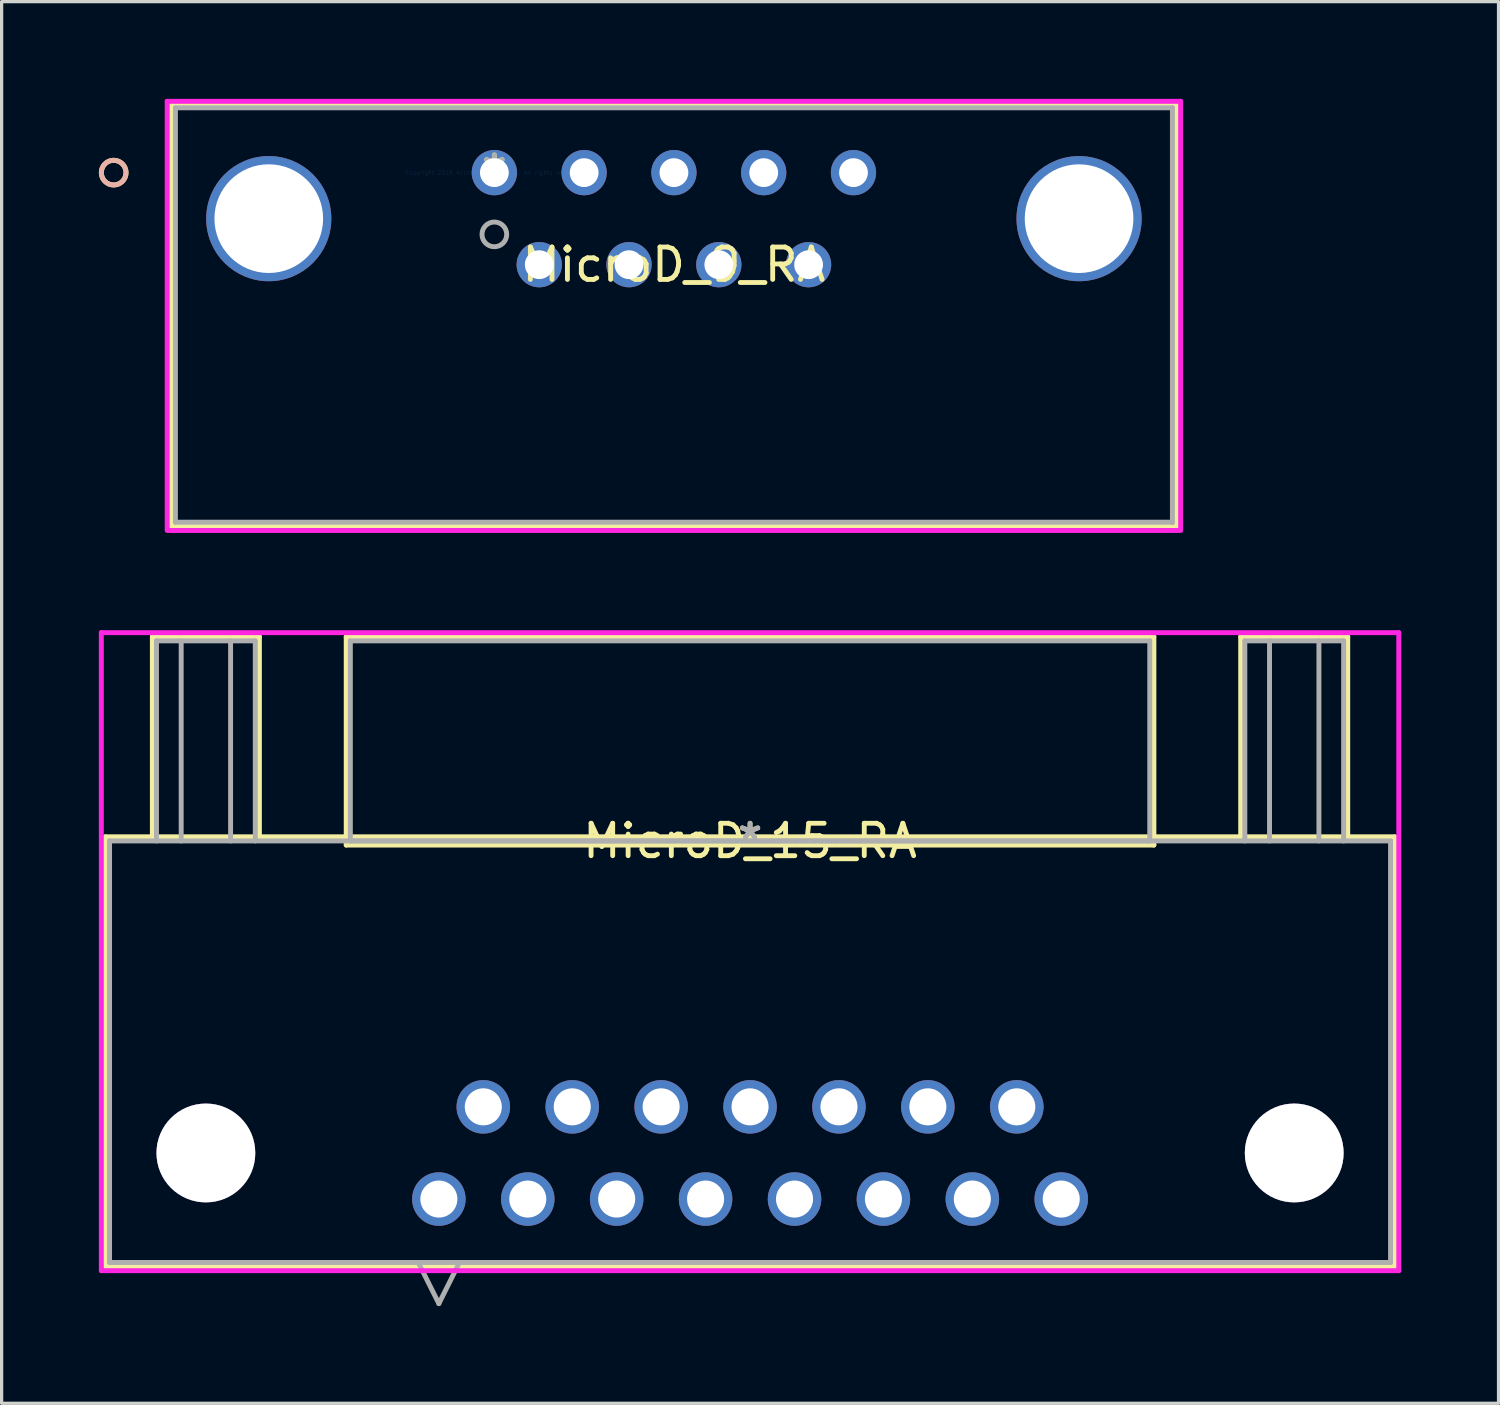
<source format=kicad_pcb>
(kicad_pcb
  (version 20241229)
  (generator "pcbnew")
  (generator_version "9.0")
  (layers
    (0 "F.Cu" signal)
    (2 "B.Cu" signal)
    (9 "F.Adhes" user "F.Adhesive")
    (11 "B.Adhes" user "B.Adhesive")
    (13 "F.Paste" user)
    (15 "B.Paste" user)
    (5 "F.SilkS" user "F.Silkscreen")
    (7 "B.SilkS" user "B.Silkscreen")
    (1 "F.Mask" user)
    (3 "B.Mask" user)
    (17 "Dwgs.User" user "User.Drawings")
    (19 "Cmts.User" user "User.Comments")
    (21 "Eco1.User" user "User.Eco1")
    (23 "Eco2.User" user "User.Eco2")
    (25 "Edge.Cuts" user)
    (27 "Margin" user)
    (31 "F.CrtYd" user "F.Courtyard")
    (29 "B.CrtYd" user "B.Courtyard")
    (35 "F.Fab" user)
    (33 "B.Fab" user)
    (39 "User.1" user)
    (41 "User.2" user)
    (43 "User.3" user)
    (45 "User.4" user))
  (footprint "MicroD_9_RA"
    (layer "F.Cu")
    (at 12.202 2.276)
    (property "Reference" "MicroD_9_RA" (at 5.54 2.84 0) (layer "F.SilkS") (effects (font (size 1 1) (thickness 0.15))))
    (attr through_hole)
    (fp_line (start -9.967 -2.127) (end -9.967 10.913) (stroke (width 0.152) (type solid)) (layer "F.SilkS"))
    (fp_line (start -9.967 10.913) (end 21.047 10.913) (stroke (width 0.152) (type solid)) (layer "F.SilkS"))
    (fp_line (start 21.047 -2.127) (end -9.967 -2.127) (stroke (width 0.152) (type solid)) (layer "F.SilkS"))
    (fp_line (start 21.047 10.913) (end 21.047 -2.127) (stroke (width 0.152) (type solid)) (layer "F.SilkS"))
    (fp_circle (center -11.745 0) (end -11.364 0) (stroke (width 0.152) (type solid)) (fill no) (layer "F.SilkS"))
    (fp_circle (center -11.745 0) (end -11.364 0) (stroke (width 0.152) (type solid)) (fill no) (layer "B.SilkS"))
    (fp_line (start -10.094 -2.2) (end -10.094 11) (stroke (width 0.152) (type solid)) (layer "F.CrtYd"))
    (fp_line (start -10.094 11.04) (end 21.174 11.04) (stroke (width 0.152) (type solid)) (layer "F.CrtYd"))
    (fp_line (start 21.174 -2.2) (end -10.094 -2.2) (stroke (width 0.152) (type solid)) (layer "F.CrtYd"))
    (fp_line (start 21.174 11) (end 21.174 -2.2) (stroke (width 0.152) (type solid)) (layer "F.CrtYd"))
    (fp_line (start -9.84 -2) (end -9.84 10.786) (stroke (width 0.152) (type solid)) (layer "F.Fab"))
    (fp_line (start -9.84 10.786) (end 20.92 10.786) (stroke (width 0.152) (type solid)) (layer "F.Fab"))
    (fp_line (start 20.92 -2) (end -9.84 -2) (stroke (width 0.152) (type solid)) (layer "F.Fab"))
    (fp_line (start 20.92 10.8) (end 20.92 -2) (stroke (width 0.152) (type solid)) (layer "F.Fab"))
    (fp_circle (center 0 1.905) (end 0.381 1.905) (stroke (width 0.152) (type solid)) (fill no) (layer "F.Fab"))
    (fp_text user "*" (at 0 0 0) (layer "F.SilkS") (effects (font (size 1 1) (thickness 0.15))))
    (fp_text user "Copyright 2016 Accelerated Designs. All rights reserved." (at 0 0 0) (layer "Cmts.User") (effects (font (size 0.127 0.127) (thickness 0.002))))
    (fp_text user "*" (at 0 0 0) (layer "F.Fab") (effects (font (size 1 1) (thickness 0.15))))
    (pad "1" thru_hole circle (at 0 0) (size 1.397 1.397) (drill 0.889) (layers "*.Cu" "*.Mask"))
    (pad "2" thru_hole circle (at 1.385 2.84) (size 1.397 1.397) (drill 0.889) (layers "*.Cu" "*.Mask"))
    (pad "3" thru_hole circle (at 2.77 0) (size 1.397 1.397) (drill 0.889) (layers "*.Cu" "*.Mask"))
    (pad "4" thru_hole circle (at 4.155 2.84) (size 1.397 1.397) (drill 0.889) (layers "*.Cu" "*.Mask"))
    (pad "5" thru_hole circle (at 5.54 0) (size 1.397 1.397) (drill 0.889) (layers "*.Cu" "*.Mask"))
    (pad "6" thru_hole circle (at 6.925 2.84) (size 1.397 1.397) (drill 0.889) (layers "*.Cu" "*.Mask"))
    (pad "7" thru_hole circle (at 8.31 0) (size 1.397 1.397) (drill 0.889) (layers "*.Cu" "*.Mask"))
    (pad "8" thru_hole circle (at 9.695 2.84) (size 1.397 1.397) (drill 0.889) (layers "*.Cu" "*.Mask"))
    (pad "9" thru_hole circle (at 11.08 0) (size 1.397 1.397) (drill 0.889) (layers "*.Cu" "*.Mask"))
    (pad "10" thru_hole circle (at -6.96 1.42 90) (size 3.861 3.861) (drill 3.353) (layers "*.Cu" "*.Mask"))
    (pad "11" thru_hole circle (at 18.04 1.42 90) (size 3.861 3.861) (drill 3.353) (layers "*.Cu" "*.Mask")))
  (footprint "MicroD_15_RA"
    (layer "F.Cu")
    (at 20.091 22.895)
    (property "Reference" "MicroD_15_RA" (at 0 0 0) (layer "F.SilkS") (effects (font (size 1 1) (thickness 0.15))))
    (attr through_hole)
    (fp_line (start -19.888 -0.127) (end -19.888 13.132) (stroke (width 0.152) (type solid)) (layer "F.SilkS"))
    (fp_line (start -19.888 13.132) (end 19.888 13.132) (stroke (width 0.152) (type solid)) (layer "F.SilkS"))
    (fp_line (start -18.44 -6.299) (end -15.138 -6.299) (stroke (width 0.152) (type solid)) (layer "F.SilkS"))
    (fp_line (start -18.44 -0.127) (end -18.44 -6.299) (stroke (width 0.152) (type solid)) (layer "F.SilkS"))
    (fp_line (start -15.138 -6.299) (end -15.138 -0.127) (stroke (width 0.152) (type solid)) (layer "F.SilkS"))
    (fp_line (start -12.459 -6.299) (end -12.459 0.127) (stroke (width 0.152) (type solid)) (layer "F.SilkS"))
    (fp_line (start -12.459 0.127) (end 12.459 0.127) (stroke (width 0.152) (type solid)) (layer "F.SilkS"))
    (fp_line (start 12.459 -6.299) (end -12.459 -6.299) (stroke (width 0.152) (type solid)) (layer "F.SilkS"))
    (fp_line (start 12.459 0.127) (end 12.459 -6.299) (stroke (width 0.152) (type solid)) (layer "F.SilkS"))
    (fp_line (start 15.138 -6.299) (end 18.44 -6.299) (stroke (width 0.152) (type solid)) (layer "F.SilkS"))
    (fp_line (start 15.138 -0.127) (end 15.138 -6.299) (stroke (width 0.152) (type solid)) (layer "F.SilkS"))
    (fp_line (start 18.44 -6.299) (end 18.44 -0.127) (stroke (width 0.152) (type solid)) (layer "F.SilkS"))
    (fp_line (start 19.888 -0.127) (end -19.888 -0.127) (stroke (width 0.152) (type solid)) (layer "F.SilkS"))
    (fp_line (start 19.888 13.132) (end 19.888 -0.127) (stroke (width 0.152) (type solid)) (layer "F.SilkS"))
    (fp_line (start -20.015 -6.426) (end -20.015 13.259) (stroke (width 0.152) (type solid)) (layer "F.CrtYd"))
    (fp_line (start -20.015 13.259) (end 20.015 13.259) (stroke (width 0.152) (type solid)) (layer "F.CrtYd"))
    (fp_line (start 20.015 -6.426) (end -20.015 -6.426) (stroke (width 0.152) (type solid)) (layer "F.CrtYd"))
    (fp_line (start 20.015 13.259) (end 20.015 -6.426) (stroke (width 0.152) (type solid)) (layer "F.CrtYd"))
    (fp_line (start -19.761 0) (end -19.761 13.005) (stroke (width 0.152) (type solid)) (layer "F.Fab"))
    (fp_line (start -19.761 13.005) (end 19.761 13.005) (stroke (width 0.152) (type solid)) (layer "F.Fab"))
    (fp_line (start -18.313 -6.172) (end -15.265 -6.172) (stroke (width 0.152) (type solid)) (layer "F.Fab"))
    (fp_line (start -18.313 0) (end -18.313 -6.172) (stroke (width 0.152) (type solid)) (layer "F.Fab"))
    (fp_line (start -17.551 0) (end -17.551 -6.172) (stroke (width 0.152) (type solid)) (layer "F.Fab"))
    (fp_line (start -16.027 -6.172) (end -16.027 0) (stroke (width 0.152) (type solid)) (layer "F.Fab"))
    (fp_line (start -15.265 -6.172) (end -15.265 0) (stroke (width 0.152) (type solid)) (layer "F.Fab"))
    (fp_line (start -12.332 -6.172) (end -12.332 0) (stroke (width 0.152) (type solid)) (layer "F.Fab"))
    (fp_line (start -12.332 0) (end 12.332 0) (stroke (width 0.152) (type solid)) (layer "F.Fab"))
    (fp_line (start -10.236 13.005) (end -9.601 14.275) (stroke (width 0.152) (type solid)) (layer "F.Fab"))
    (fp_line (start -8.966 13.005) (end -9.601 14.275) (stroke (width 0.152) (type solid)) (layer "F.Fab"))
    (fp_line (start 12.332 -6.172) (end -12.332 -6.172) (stroke (width 0.152) (type solid)) (layer "F.Fab"))
    (fp_line (start 12.332 0) (end 12.332 -6.172) (stroke (width 0.152) (type solid)) (layer "F.Fab"))
    (fp_line (start 15.265 -6.172) (end 18.313 -6.172) (stroke (width 0.152) (type solid)) (layer "F.Fab"))
    (fp_line (start 15.265 0) (end 15.265 -6.172) (stroke (width 0.152) (type solid)) (layer "F.Fab"))
    (fp_line (start 16.027 0) (end 16.027 -6.172) (stroke (width 0.152) (type solid)) (layer "F.Fab"))
    (fp_line (start 17.551 -6.172) (end 17.551 0) (stroke (width 0.152) (type solid)) (layer "F.Fab"))
    (fp_line (start 18.313 -6.172) (end 18.313 0) (stroke (width 0.152) (type solid)) (layer "F.Fab"))
    (fp_line (start 19.761 0) (end -19.761 0) (stroke (width 0.152) (type solid)) (layer "F.Fab"))
    (fp_line (start 19.761 13.005) (end 19.761 0) (stroke (width 0.152) (type solid)) (layer "F.Fab"))
    (fp_text user "*" (at 0 0 0) (layer "F.SilkS") (effects (font (size 1 1) (thickness 0.15))))
    (fp_text user "Copyright 2016 Accelerated Designs. All rights reserved." (at 0 0 0) (layer "Cmts.User") (effects (font (size 0.127 0.127) (thickness 0.002))))
    (fp_text user "*" (at 0 0 0) (layer "F.Fab") (effects (font (size 1 1) (thickness 0.15))))
    (pad "1" thru_hole circle (at -9.601 11.049) (size 1.651 1.651) (drill 1.143) (layers "*.Cu" "*.Mask"))
    (pad "2" thru_hole circle (at -6.858 11.049) (size 1.651 1.651) (drill 1.143) (layers "*.Cu" "*.Mask"))
    (pad "3" thru_hole circle (at -4.115 11.049) (size 1.651 1.651) (drill 1.143) (layers "*.Cu" "*.Mask"))
    (pad "4" thru_hole circle (at -1.372 11.049) (size 1.651 1.651) (drill 1.143) (layers "*.Cu" "*.Mask"))
    (pad "5" thru_hole circle (at 1.372 11.049) (size 1.651 1.651) (drill 1.143) (layers "*.Cu" "*.Mask"))
    (pad "6" thru_hole circle (at 4.115 11.049) (size 1.651 1.651) (drill 1.143) (layers "*.Cu" "*.Mask"))
    (pad "7" thru_hole circle (at 6.858 11.049) (size 1.651 1.651) (drill 1.143) (layers "*.Cu" "*.Mask"))
    (pad "8" thru_hole circle (at 9.601 11.049) (size 1.651 1.651) (drill 1.143) (layers "*.Cu" "*.Mask"))
    (pad "9" thru_hole circle (at -8.23 8.204) (size 1.651 1.651) (drill 1.143) (layers "*.Cu" "*.Mask"))
    (pad "10" thru_hole circle (at -5.486 8.204) (size 1.651 1.651) (drill 1.143) (layers "*.Cu" "*.Mask"))
    (pad "11" thru_hole circle (at -2.743 8.204) (size 1.651 1.651) (drill 1.143) (layers "*.Cu" "*.Mask"))
    (pad "12" thru_hole circle (at 0 8.204) (size 1.651 1.651) (drill 1.143) (layers "*.Cu" "*.Mask"))
    (pad "13" thru_hole circle (at 2.743 8.204) (size 1.651 1.651) (drill 1.143) (layers "*.Cu" "*.Mask"))
    (pad "14" thru_hole circle (at 5.486 8.204) (size 1.651 1.651) (drill 1.143) (layers "*.Cu" "*.Mask"))
    (pad "15" thru_hole circle (at 8.23 8.204) (size 1.651 1.651) (drill 1.143) (layers "*.Cu" "*.Mask"))
    (pad "16" thru_hole circle (at -16.789 9.627) (size 3.048 3.048) (drill 3.048) (layers "*.Cu" "*.Mask"))
    (pad "17" thru_hole circle (at 16.789 9.627) (size 3.048 3.048) (drill 3.048) (layers "*.Cu" "*.Mask")))
  (gr_rect
    (start -3 -3)
    (end 43.183 40.246)
    (stroke (width 0.1) (type default))
    (fill no)
    (layer "Edge.Cuts")))
</source>
